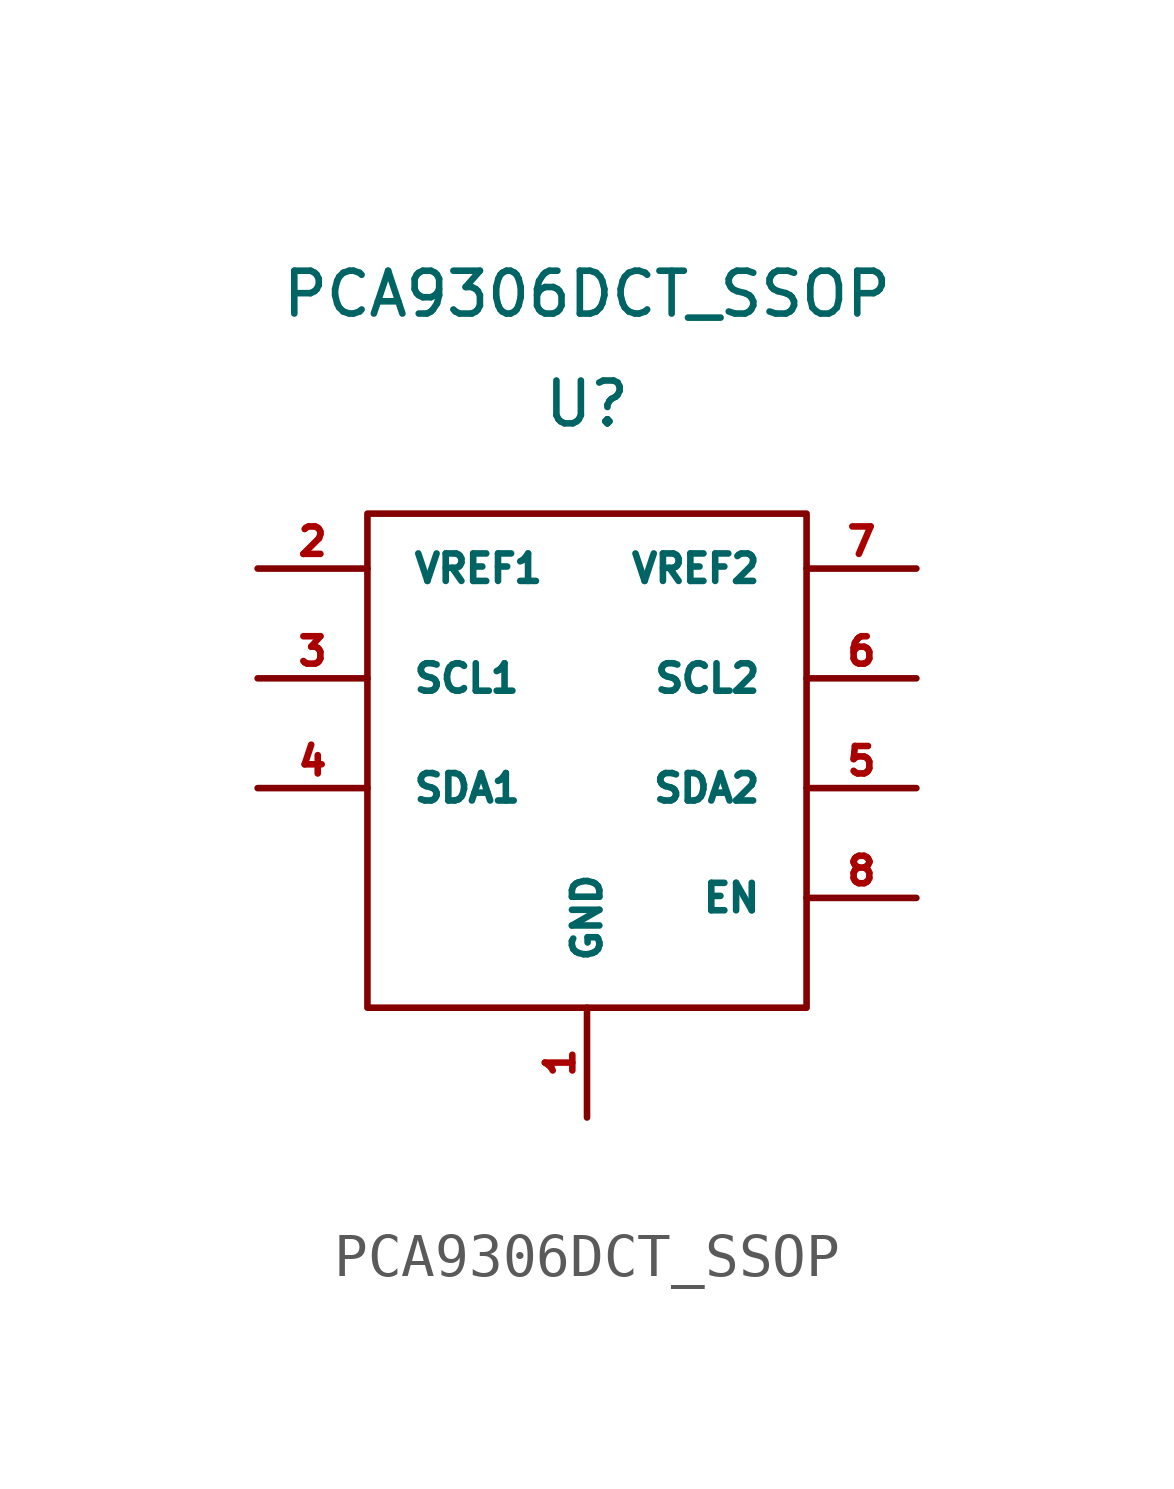
<source format=kicad_sym>
(kicad_symbol_lib
  (version 20231120)
  (generator "kicad_symbol_editor")
  (generator_version "8.0")
  (symbol "PCA9306DCT_SSOP"
    (pin_names
      (offset 1.016))
    (property "Reference" "U"
      (at 0 6.35 0)
      (effects (font (size 0.991 0.991))))
    (property "Value" "PCA9306DCT_SSOP"
      (at 0 8.89 0)
      (effects (font (size 0.991 0.991))))
    (symbol "PCA9306DCT_SSOP_0_1"
      (rectangle (start -5.08 3.81) (end 5.08 -7.62) (stroke (width 0) (type solid)) (fill (type none))))
    (symbol "PCA9306DCT_SSOP_1_1"
      (pin power_in line (at 0 -10.16 90) (length 2.54) (name "GND" (effects (font (size 0.635 0.635)))) (number "1" (effects (font (size 0.635 0.635)))))
      (pin power_in line (at -7.62 2.54 0) (length 2.54) (name "VREF1" (effects (font (size 0.635 0.635)))) (number "2" (effects (font (size 0.635 0.635)))))
      (pin bidirectional line (at -7.62 0 0) (length 2.54) (name "SCL1" (effects (font (size 0.635 0.635)))) (number "3" (effects (font (size 0.635 0.635)))))
      (pin bidirectional line (at -7.62 -2.54 0) (length 2.54) (name "SDA1" (effects (font (size 0.635 0.635)))) (number "4" (effects (font (size 0.635 0.635)))))
      (pin bidirectional line (at 7.62 -2.54 180) (length 2.54) (name "SDA2" (effects (font (size 0.635 0.635)))) (number "5" (effects (font (size 0.635 0.635)))))
      (pin bidirectional line (at 7.62 0 180) (length 2.54) (name "SCL2" (effects (font (size 0.635 0.635)))) (number "6" (effects (font (size 0.635 0.635)))))
      (pin power_in line (at 7.62 2.54 180) (length 2.54) (name "VREF2" (effects (font (size 0.635 0.635)))) (number "7" (effects (font (size 0.635 0.635)))))
      (pin input line (at 7.62 -5.08 180) (length 2.54) (name "EN" (effects (font (size 0.635 0.635)))) (number "8" (effects (font (size 0.635 0.635))))))))
</source>
